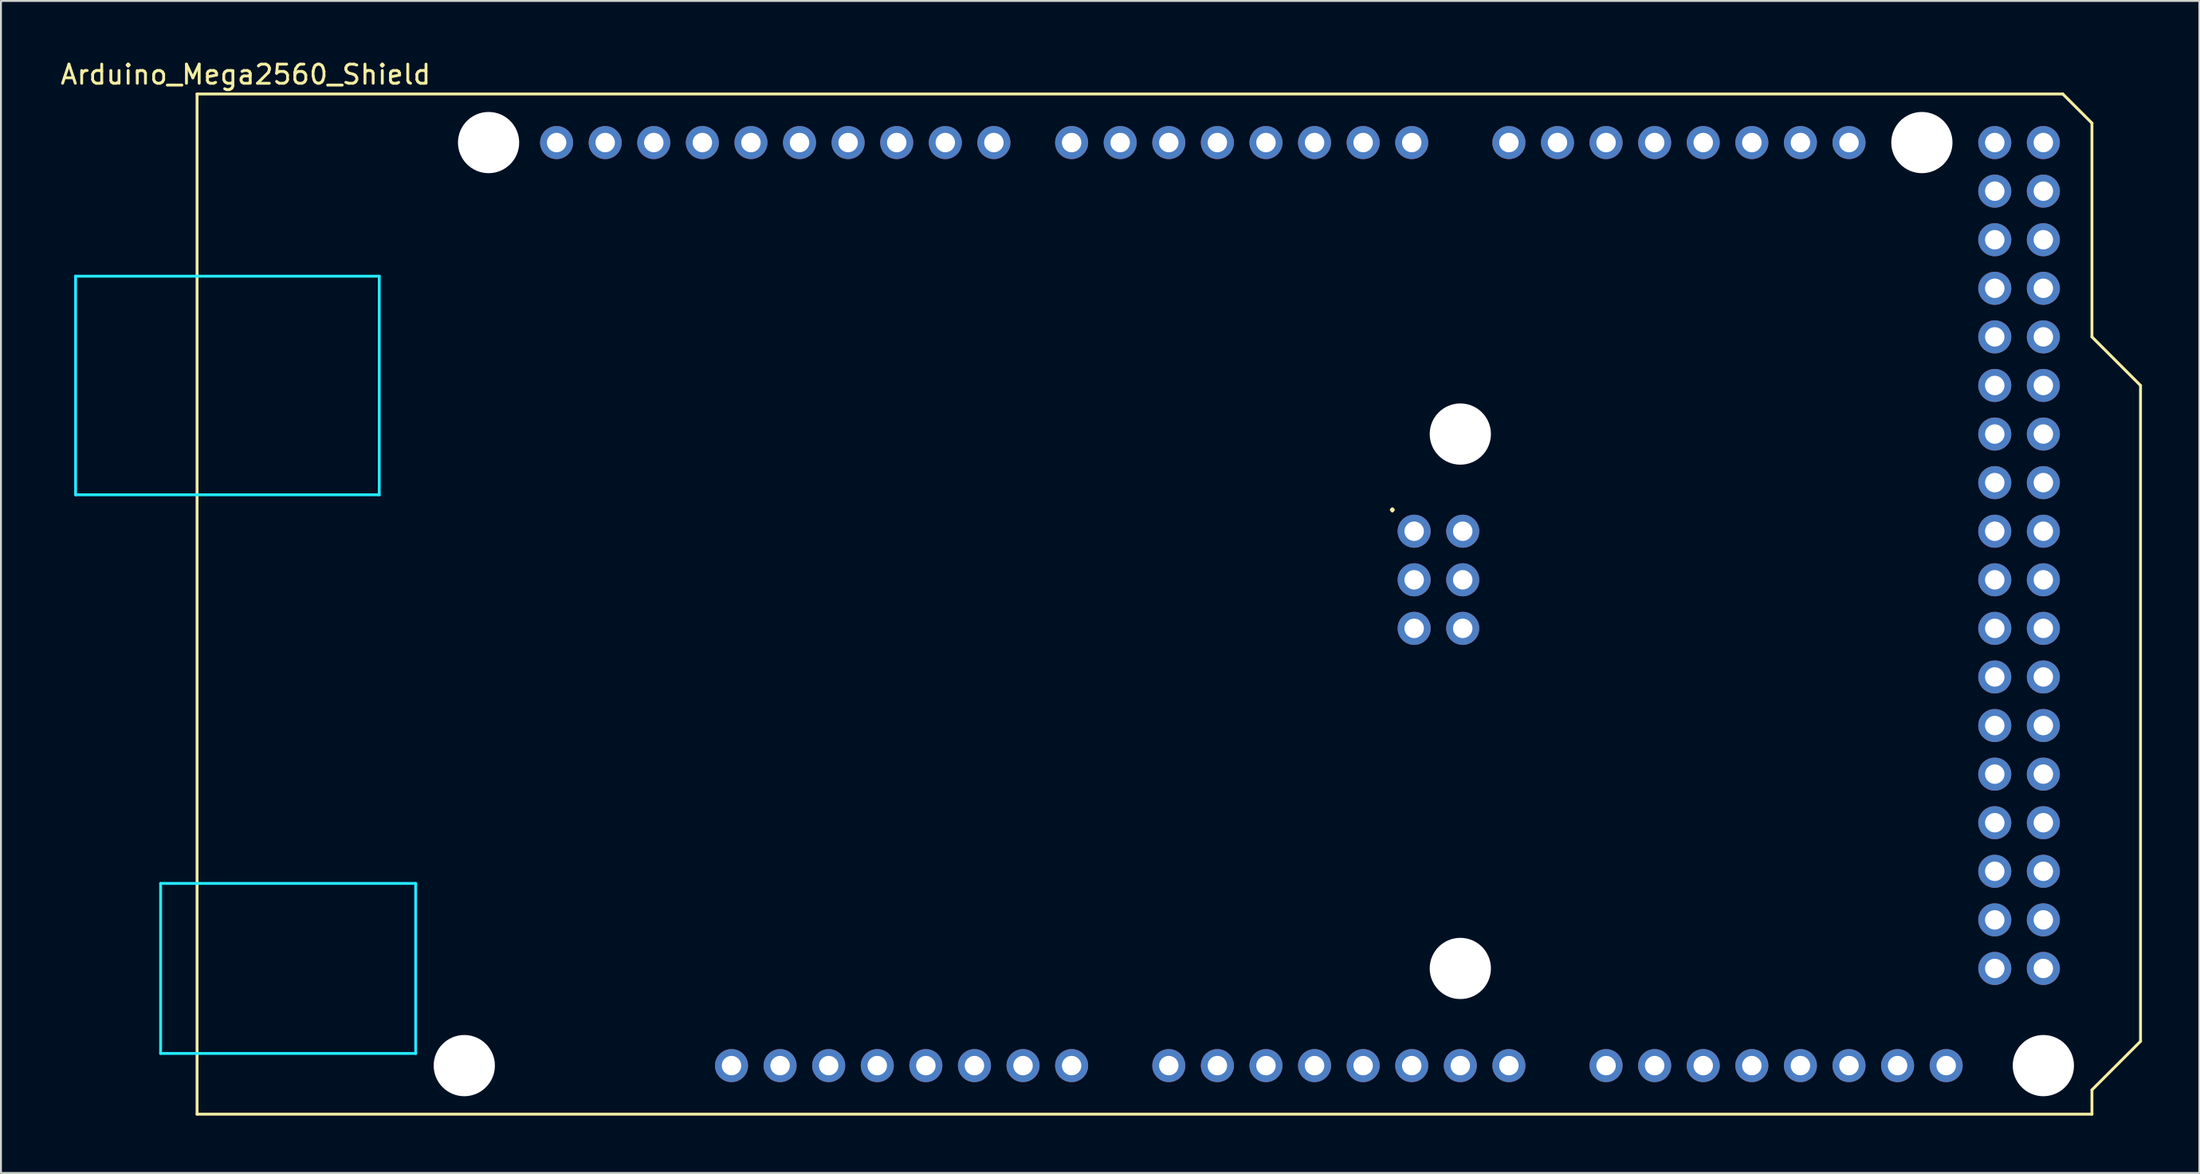
<source format=kicad_pcb>
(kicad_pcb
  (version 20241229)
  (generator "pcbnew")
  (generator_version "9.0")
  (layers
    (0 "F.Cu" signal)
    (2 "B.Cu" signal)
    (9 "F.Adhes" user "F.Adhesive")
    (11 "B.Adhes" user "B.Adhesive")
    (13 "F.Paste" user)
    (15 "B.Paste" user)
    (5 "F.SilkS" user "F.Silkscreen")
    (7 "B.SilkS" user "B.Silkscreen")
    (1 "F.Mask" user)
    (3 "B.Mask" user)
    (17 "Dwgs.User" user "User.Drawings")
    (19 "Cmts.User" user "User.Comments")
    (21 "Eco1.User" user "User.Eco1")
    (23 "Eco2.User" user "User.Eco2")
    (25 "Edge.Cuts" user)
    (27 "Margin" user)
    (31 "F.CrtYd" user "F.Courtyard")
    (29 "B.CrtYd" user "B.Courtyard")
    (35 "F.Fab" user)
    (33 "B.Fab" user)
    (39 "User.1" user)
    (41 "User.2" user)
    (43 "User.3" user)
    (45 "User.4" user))
  (footprint "Arduino_Mega2560_Shield"
    (layer "F.Cu")
    (at 26.048 4.404)
    (property "Reference" "Arduino_Mega2560_Shield" (at -16.256 -3.556 0) (layer "F.SilkS") (effects (font (size 1 1) (thickness 0.15))))
    (attr through_hole)
    (fp_line (start -18.796 -2.54) (end -18.796 50.8) (stroke (width 0.15) (type solid)) (layer "F.SilkS"))
    (fp_line (start -18.796 -2.54) (end 78.74 -2.54) (stroke (width 0.15) (type solid)) (layer "F.SilkS"))
    (fp_line (start -18.796 50.8) (end 80.264 50.8) (stroke (width 0.15) (type solid)) (layer "F.SilkS"))
    (fp_line (start 78.74 -2.54) (end 80.264 -1.016) (stroke (width 0.15) (type solid)) (layer "F.SilkS"))
    (fp_line (start 80.264 10.16) (end 80.264 -1.016) (stroke (width 0.15) (type solid)) (layer "F.SilkS"))
    (fp_line (start 80.264 49.53) (end 82.804 46.99) (stroke (width 0.15) (type solid)) (layer "F.SilkS"))
    (fp_line (start 80.264 50.8) (end 80.264 49.53) (stroke (width 0.15) (type solid)) (layer "F.SilkS"))
    (fp_line (start 82.804 12.7) (end 80.264 10.16) (stroke (width 0.15) (type solid)) (layer "F.SilkS"))
    (fp_line (start 82.804 46.99) (end 82.804 12.7) (stroke (width 0.15) (type solid)) (layer "F.SilkS"))
    (fp_line (start -25.146 6.985) (end -25.146 18.415) (stroke (width 0.15) (type solid)) (layer "B.CrtYd"))
    (fp_line (start -20.701 38.735) (end -20.701 47.625) (stroke (width 0.15) (type solid)) (layer "B.CrtYd"))
    (fp_line (start -20.701 38.735) (end -7.366 38.735) (stroke (width 0.15) (type solid)) (layer "B.CrtYd"))
    (fp_line (start -20.701 47.625) (end -7.366 47.625) (stroke (width 0.15) (type solid)) (layer "B.CrtYd"))
    (fp_line (start -9.271 6.985) (end -25.146 6.985) (stroke (width 0.15) (type solid)) (layer "B.CrtYd"))
    (fp_line (start -9.271 6.985) (end -9.271 18.415) (stroke (width 0.15) (type solid)) (layer "B.CrtYd"))
    (fp_line (start -9.271 18.415) (end -25.146 18.415) (stroke (width 0.15) (type solid)) (layer "B.CrtYd"))
    (fp_line (start -7.366 38.735) (end -7.366 47.625) (stroke (width 0.15) (type solid)) (layer "B.CrtYd"))
    (fp_text user "." (at 43.688 18.796 0) (layer "F.SilkS") (effects (font (size 1 1) (thickness 0.15))))
    (pad "" np_thru_hole circle (at -4.826 48.26) (size 3.2 3.2) (drill 3.2) (layers "*.Cu" "*.Mask"))
    (pad "" np_thru_hole circle (at -3.556 0) (size 3.2 3.2) (drill 3.2) (layers "*.Cu" "*.Mask"))
    (pad "" thru_hole oval (at 9.144 48.26) (size 1.727 1.727) (drill 1.016) (layers "*.Cu" "*.Mask"))
    (pad "" np_thru_hole circle (at 47.244 15.24) (size 3.2 3.2) (drill 3.2) (layers "*.Cu" "*.Mask"))
    (pad "" np_thru_hole circle (at 47.244 43.18) (size 3.2 3.2) (drill 3.2) (layers "*.Cu" "*.Mask"))
    (pad "" np_thru_hole circle (at 71.374 0) (size 3.2 3.2) (drill 3.2) (layers "*.Cu" "*.Mask"))
    (pad "" np_thru_hole circle (at 77.724 48.26) (size 3.2 3.2) (drill 3.2) (layers "*.Cu" "*.Mask"))
    (pad "3V3" thru_hole oval (at 16.764 48.26) (size 1.727 1.727) (drill 1.016) (layers "*.Cu" "*.Mask"))
    (pad "5V1" thru_hole oval (at 19.304 48.26) (size 1.727 1.727) (drill 1.016) (layers "*.Cu" "*.Mask"))
    (pad "5V2" thru_hole oval (at 47.371 20.32) (size 1.727 1.727) (drill 1.016) (layers "*.Cu" "*.Mask"))
    (pad "5V3" thru_hole oval (at 75.184 0) (size 1.727 1.727) (drill 1.016) (layers "*.Cu" "*.Mask"))
    (pad "5V4" thru_hole oval (at 77.724 0) (size 1.727 1.727) (drill 1.016) (layers "*.Cu" "*.Mask"))
    (pad "A0" thru_hole oval (at 32.004 48.26) (size 1.727 1.727) (drill 1.016) (layers "*.Cu" "*.Mask"))
    (pad "A1" thru_hole oval (at 34.544 48.26) (size 1.727 1.727) (drill 1.016) (layers "*.Cu" "*.Mask"))
    (pad "A2" thru_hole oval (at 37.084 48.26) (size 1.727 1.727) (drill 1.016) (layers "*.Cu" "*.Mask"))
    (pad "A3" thru_hole oval (at 39.624 48.26) (size 1.727 1.727) (drill 1.016) (layers "*.Cu" "*.Mask"))
    (pad "A4" thru_hole oval (at 42.164 48.26) (size 1.727 1.727) (drill 1.016) (layers "*.Cu" "*.Mask"))
    (pad "A5" thru_hole oval (at 44.704 48.26) (size 1.727 1.727) (drill 1.016) (layers "*.Cu" "*.Mask"))
    (pad "A6" thru_hole oval (at 47.244 48.26) (size 1.727 1.727) (drill 1.016) (layers "*.Cu" "*.Mask"))
    (pad "A7" thru_hole oval (at 49.784 48.26) (size 1.727 1.727) (drill 1.016) (layers "*.Cu" "*.Mask"))
    (pad "A8" thru_hole oval (at 54.864 48.26) (size 1.727 1.727) (drill 1.016) (layers "*.Cu" "*.Mask"))
    (pad "A9" thru_hole oval (at 57.404 48.26) (size 1.727 1.727) (drill 1.016) (layers "*.Cu" "*.Mask"))
    (pad "A10" thru_hole oval (at 59.944 48.26) (size 1.727 1.727) (drill 1.016) (layers "*.Cu" "*.Mask"))
    (pad "A11" thru_hole oval (at 62.484 48.26) (size 1.727 1.727) (drill 1.016) (layers "*.Cu" "*.Mask"))
    (pad "A12" thru_hole oval (at 65.024 48.26) (size 1.727 1.727) (drill 1.016) (layers "*.Cu" "*.Mask"))
    (pad "A13" thru_hole oval (at 67.564 48.26) (size 1.727 1.727) (drill 1.016) (layers "*.Cu" "*.Mask"))
    (pad "A14" thru_hole oval (at 70.104 48.26) (size 1.727 1.727) (drill 1.016) (layers "*.Cu" "*.Mask"))
    (pad "A15" thru_hole oval (at 72.644 48.26) (size 1.727 1.727) (drill 1.016) (layers "*.Cu" "*.Mask"))
    (pad "AREF" thru_hole oval (at 5.08 0) (size 1.727 1.727) (drill 1.016) (layers "*.Cu" "*.Mask"))
    (pad "D0" thru_hole oval (at 44.704 0) (size 1.727 1.727) (drill 1.016) (layers "*.Cu" "*.Mask"))
    (pad "D1" thru_hole oval (at 42.164 0) (size 1.727 1.727) (drill 1.016) (layers "*.Cu" "*.Mask"))
    (pad "D2" thru_hole oval (at 39.624 0) (size 1.727 1.727) (drill 1.016) (layers "*.Cu" "*.Mask"))
    (pad "D3" thru_hole oval (at 37.084 0) (size 1.727 1.727) (drill 1.016) (layers "*.Cu" "*.Mask"))
    (pad "D4" thru_hole oval (at 34.544 0) (size 1.727 1.727) (drill 1.016) (layers "*.Cu" "*.Mask"))
    (pad "D5" thru_hole oval (at 32.004 0) (size 1.727 1.727) (drill 1.016) (layers "*.Cu" "*.Mask"))
    (pad "D6" thru_hole oval (at 29.464 0) (size 1.727 1.727) (drill 1.016) (layers "*.Cu" "*.Mask"))
    (pad "D7" thru_hole oval (at 26.924 0) (size 1.727 1.727) (drill 1.016) (layers "*.Cu" "*.Mask"))
    (pad "D8" thru_hole oval (at 22.86 0) (size 1.727 1.727) (drill 1.016) (layers "*.Cu" "*.Mask"))
    (pad "D9" thru_hole oval (at 20.32 0) (size 1.727 1.727) (drill 1.016) (layers "*.Cu" "*.Mask"))
    (pad "D10" thru_hole oval (at 17.78 0) (size 1.727 1.727) (drill 1.016) (layers "*.Cu" "*.Mask"))
    (pad "D11" thru_hole oval (at 15.24 0) (size 1.727 1.727) (drill 1.016) (layers "*.Cu" "*.Mask"))
    (pad "D12" thru_hole oval (at 12.7 0) (size 1.727 1.727) (drill 1.016) (layers "*.Cu" "*.Mask"))
    (pad "D13" thru_hole oval (at 10.16 0) (size 1.727 1.727) (drill 1.016) (layers "*.Cu" "*.Mask"))
    (pad "D14" thru_hole oval (at 49.784 0) (size 1.727 1.727) (drill 1.016) (layers "*.Cu" "*.Mask"))
    (pad "D15" thru_hole oval (at 52.324 0) (size 1.727 1.727) (drill 1.016) (layers "*.Cu" "*.Mask"))
    (pad "D16" thru_hole oval (at 54.864 0) (size 1.727 1.727) (drill 1.016) (layers "*.Cu" "*.Mask"))
    (pad "D17" thru_hole oval (at 57.404 0) (size 1.727 1.727) (drill 1.016) (layers "*.Cu" "*.Mask"))
    (pad "D18" thru_hole oval (at 59.944 0) (size 1.727 1.727) (drill 1.016) (layers "*.Cu" "*.Mask"))
    (pad "D19" thru_hole oval (at 62.484 0) (size 1.727 1.727) (drill 1.016) (layers "*.Cu" "*.Mask"))
    (pad "D20" thru_hole oval (at 65.024 0) (size 1.727 1.727) (drill 1.016) (layers "*.Cu" "*.Mask"))
    (pad "D21" thru_hole oval (at 67.564 0) (size 1.727 1.727) (drill 1.016) (layers "*.Cu" "*.Mask"))
    (pad "D22" thru_hole oval (at 75.184 2.54) (size 1.727 1.727) (drill 1.016) (layers "*.Cu" "*.Mask"))
    (pad "D23" thru_hole oval (at 77.724 2.54) (size 1.727 1.727) (drill 1.016) (layers "*.Cu" "*.Mask"))
    (pad "D24" thru_hole oval (at 75.184 5.08) (size 1.727 1.727) (drill 1.016) (layers "*.Cu" "*.Mask"))
    (pad "D25" thru_hole oval (at 77.724 5.08) (size 1.727 1.727) (drill 1.016) (layers "*.Cu" "*.Mask"))
    (pad "D26" thru_hole oval (at 75.184 7.62) (size 1.727 1.727) (drill 1.016) (layers "*.Cu" "*.Mask"))
    (pad "D27" thru_hole oval (at 77.724 7.62) (size 1.727 1.727) (drill 1.016) (layers "*.Cu" "*.Mask"))
    (pad "D28" thru_hole oval (at 75.184 10.16) (size 1.727 1.727) (drill 1.016) (layers "*.Cu" "*.Mask"))
    (pad "D29" thru_hole oval (at 77.724 10.16) (size 1.727 1.727) (drill 1.016) (layers "*.Cu" "*.Mask"))
    (pad "D30" thru_hole oval (at 75.184 12.7) (size 1.727 1.727) (drill 1.016) (layers "*.Cu" "*.Mask"))
    (pad "D31" thru_hole oval (at 77.724 12.7) (size 1.727 1.727) (drill 1.016) (layers "*.Cu" "*.Mask"))
    (pad "D32" thru_hole oval (at 75.184 15.24) (size 1.727 1.727) (drill 1.016) (layers "*.Cu" "*.Mask"))
    (pad "D33" thru_hole oval (at 77.724 15.24) (size 1.727 1.727) (drill 1.016) (layers "*.Cu" "*.Mask"))
    (pad "D34" thru_hole oval (at 75.184 17.78) (size 1.727 1.727) (drill 1.016) (layers "*.Cu" "*.Mask"))
    (pad "D35" thru_hole oval (at 77.724 17.78) (size 1.727 1.727) (drill 1.016) (layers "*.Cu" "*.Mask"))
    (pad "D36" thru_hole oval (at 75.184 20.32) (size 1.727 1.727) (drill 1.016) (layers "*.Cu" "*.Mask"))
    (pad "D37" thru_hole oval (at 77.724 20.32) (size 1.727 1.727) (drill 1.016) (layers "*.Cu" "*.Mask"))
    (pad "D38" thru_hole oval (at 75.184 22.86) (size 1.727 1.727) (drill 1.016) (layers "*.Cu" "*.Mask"))
    (pad "D39" thru_hole oval (at 77.724 22.86) (size 1.727 1.727) (drill 1.016) (layers "*.Cu" "*.Mask"))
    (pad "D40" thru_hole oval (at 75.184 25.4) (size 1.727 1.727) (drill 1.016) (layers "*.Cu" "*.Mask"))
    (pad "D41" thru_hole oval (at 77.724 25.4) (size 1.727 1.727) (drill 1.016) (layers "*.Cu" "*.Mask"))
    (pad "D42" thru_hole oval (at 75.184 27.94) (size 1.727 1.727) (drill 1.016) (layers "*.Cu" "*.Mask"))
    (pad "D43" thru_hole oval (at 77.724 27.94) (size 1.727 1.727) (drill 1.016) (layers "*.Cu" "*.Mask"))
    (pad "D44" thru_hole oval (at 75.184 30.48) (size 1.727 1.727) (drill 1.016) (layers "*.Cu" "*.Mask"))
    (pad "D45" thru_hole oval (at 77.724 30.48) (size 1.727 1.727) (drill 1.016) (layers "*.Cu" "*.Mask"))
    (pad "D46" thru_hole oval (at 75.184 33.02) (size 1.727 1.727) (drill 1.016) (layers "*.Cu" "*.Mask"))
    (pad "D47" thru_hole oval (at 77.724 33.02) (size 1.727 1.727) (drill 1.016) (layers "*.Cu" "*.Mask"))
    (pad "D48" thru_hole oval (at 75.184 35.56) (size 1.727 1.727) (drill 1.016) (layers "*.Cu" "*.Mask"))
    (pad "D49" thru_hole oval (at 77.724 35.56) (size 1.727 1.727) (drill 1.016) (layers "*.Cu" "*.Mask"))
    (pad "D50" thru_hole oval (at 75.184 38.1) (size 1.727 1.727) (drill 1.016) (layers "*.Cu" "*.Mask"))
    (pad "D51" thru_hole oval (at 77.724 38.1) (size 1.727 1.727) (drill 1.016) (layers "*.Cu" "*.Mask"))
    (pad "D52" thru_hole oval (at 75.184 40.64) (size 1.727 1.727) (drill 1.016) (layers "*.Cu" "*.Mask"))
    (pad "D53" thru_hole oval (at 77.724 40.64) (size 1.727 1.727) (drill 1.016) (layers "*.Cu" "*.Mask"))
    (pad "GND1" thru_hole oval (at 7.62 0) (size 1.727 1.727) (drill 1.016) (layers "*.Cu" "*.Mask"))
    (pad "GND2" thru_hole oval (at 21.844 48.26) (size 1.727 1.727) (drill 1.016) (layers "*.Cu" "*.Mask"))
    (pad "GND3" thru_hole oval (at 24.384 48.26) (size 1.727 1.727) (drill 1.016) (layers "*.Cu" "*.Mask"))
    (pad "GND4" thru_hole oval (at 47.371 25.4) (size 1.727 1.727) (drill 1.016) (layers "*.Cu" "*.Mask"))
    (pad "GND5" thru_hole oval (at 75.184 43.18) (size 1.727 1.727) (drill 1.016) (layers "*.Cu" "*.Mask"))
    (pad "GND6" thru_hole oval (at 77.724 43.18) (size 1.727 1.727) (drill 1.016) (layers "*.Cu" "*.Mask"))
    (pad "IORF" thru_hole oval (at 11.684 48.26) (size 1.727 1.727) (drill 1.016) (layers "*.Cu" "*.Mask"))
    (pad "MISO" thru_hole oval (at 44.831 20.32) (size 1.727 1.727) (drill 1.016) (layers "*.Cu" "*.Mask"))
    (pad "MOSI" thru_hole oval (at 47.371 22.86) (size 1.727 1.727) (drill 1.016) (layers "*.Cu" "*.Mask"))
    (pad "RST1" thru_hole oval (at 14.224 48.26) (size 1.727 1.727) (drill 1.016) (layers "*.Cu" "*.Mask"))
    (pad "RST2" thru_hole oval (at 44.831 25.4) (size 1.727 1.727) (drill 1.016) (layers "*.Cu" "*.Mask"))
    (pad "SCK" thru_hole oval (at 44.831 22.86) (size 1.727 1.727) (drill 1.016) (layers "*.Cu" "*.Mask"))
    (pad "SCL" thru_hole oval (at 0 0) (size 1.727 1.727) (drill 1.016) (layers "*.Cu" "*.Mask"))
    (pad "SDA" thru_hole oval (at 2.54 0) (size 1.727 1.727) (drill 1.016) (layers "*.Cu" "*.Mask"))
    (pad "VIN" thru_hole oval (at 26.924 48.26) (size 1.727 1.727) (drill 1.016) (layers "*.Cu" "*.Mask")))
  (gr_rect
    (start -3 -3)
    (end 111.927 58.279)
    (stroke (width 0.1) (type default))
    (fill no)
    (layer "Edge.Cuts")))
</source>
